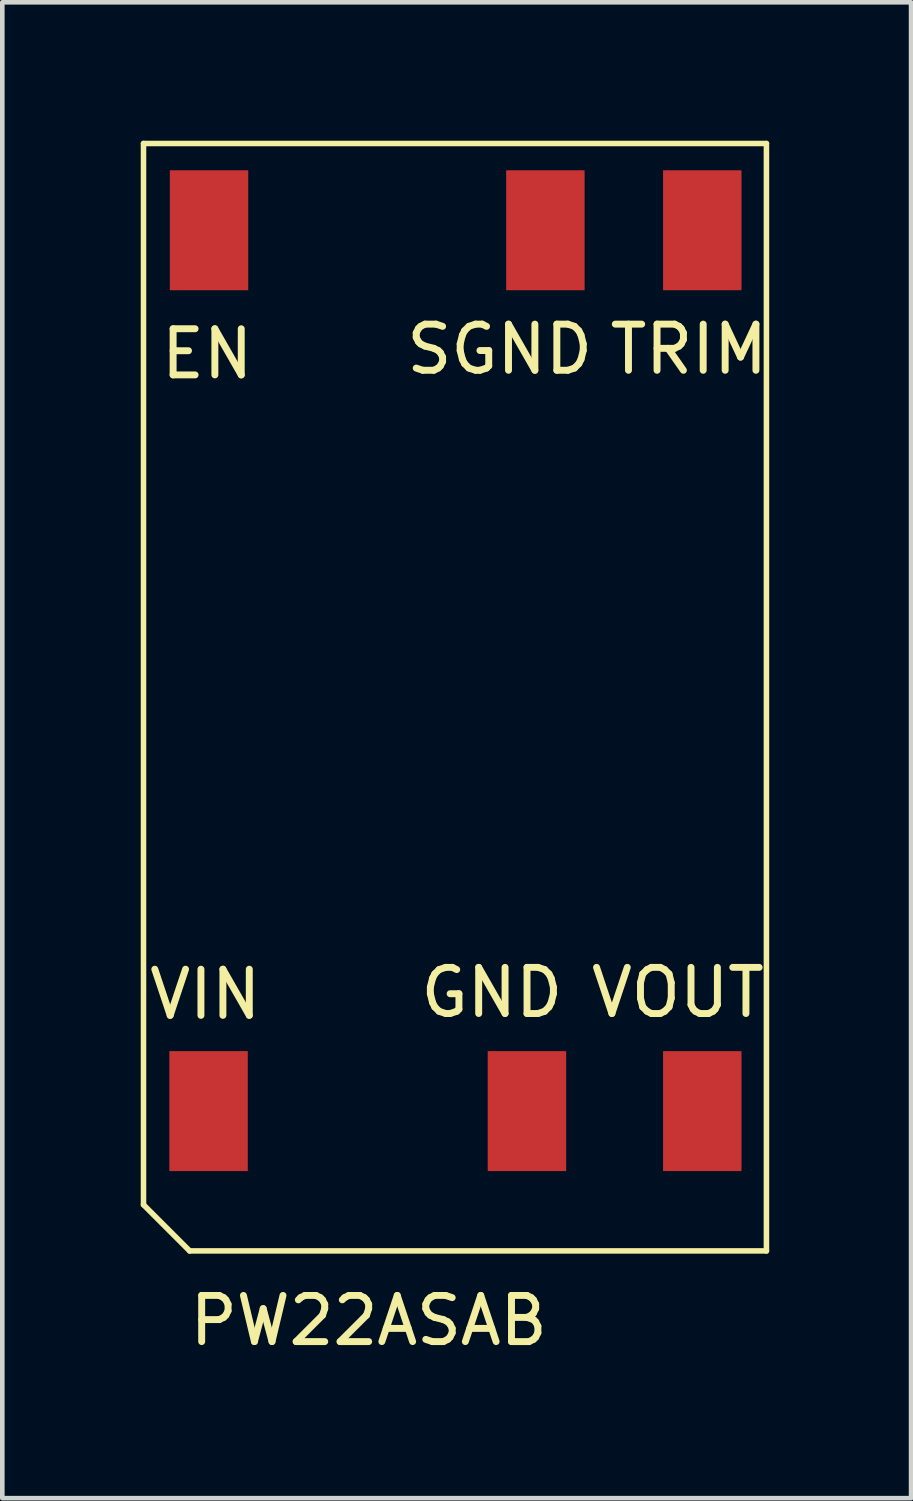
<source format=kicad_pcb>
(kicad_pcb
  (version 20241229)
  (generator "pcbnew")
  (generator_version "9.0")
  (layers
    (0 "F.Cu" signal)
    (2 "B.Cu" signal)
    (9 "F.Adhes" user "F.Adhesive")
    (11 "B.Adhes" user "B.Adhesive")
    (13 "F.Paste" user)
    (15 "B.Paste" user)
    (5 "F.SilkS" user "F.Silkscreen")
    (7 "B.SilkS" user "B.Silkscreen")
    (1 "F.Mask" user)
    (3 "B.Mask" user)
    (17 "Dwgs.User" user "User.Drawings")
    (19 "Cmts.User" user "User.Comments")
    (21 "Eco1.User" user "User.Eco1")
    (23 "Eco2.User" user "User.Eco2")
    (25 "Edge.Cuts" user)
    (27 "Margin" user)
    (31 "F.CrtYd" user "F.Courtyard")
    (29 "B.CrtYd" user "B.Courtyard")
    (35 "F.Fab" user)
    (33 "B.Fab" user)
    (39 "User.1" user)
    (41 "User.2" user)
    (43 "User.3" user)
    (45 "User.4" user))
  (footprint "PW22ASAB"
    (layer "F.Cu")
    (at 6.81 12.06)
    (property "Reference" "PW22ASAB" (at -1.87 13.51 0) (layer "F.SilkS") (effects (font (size 1 1) (thickness 0.15))))
    (attr through_hole)
    (fp_line (start -6.75 -12) (end 6.75 -12) (stroke (width 0.12) (type solid)) (layer "F.SilkS"))
    (fp_line (start -6.75 11) (end -6.75 -12) (stroke (width 0.12) (type solid)) (layer "F.SilkS"))
    (fp_line (start -6.75 11) (end -5.75 12) (stroke (width 0.12) (type solid)) (layer "F.SilkS"))
    (fp_line (start 6.75 -12) (end 6.75 12) (stroke (width 0.12) (type solid)) (layer "F.SilkS"))
    (fp_line (start 6.75 12) (end -5.75 12) (stroke (width 0.12) (type solid)) (layer "F.SilkS"))
    (fp_text user "TRIM" (at 5.07 -7.54 0) (layer "F.SilkS") (effects (font (size 1 1) (thickness 0.15))))
    (fp_text user "VIN" (at -5.41 6.44 0) (layer "F.SilkS") (effects (font (size 1 1) (thickness 0.15))))
    (fp_text user "EN" (at -5.37 -7.44 0) (layer "F.SilkS") (effects (font (size 1 1) (thickness 0.15))))
    (fp_text user "GND" (at 0.8 6.4 0) (layer "F.SilkS") (effects (font (size 1 1) (thickness 0.15))))
    (fp_text user "SGND" (at 0.97 -7.54 0) (layer "F.SilkS") (effects (font (size 1 1) (thickness 0.15))))
    (fp_text user "VOUT" (at 4.83 6.4 0) (layer "F.SilkS") (effects (font (size 1 1) (thickness 0.15))))
    (pad "1" smd rect (at -5.34 8.97) (size 1.7 2.6) (layers "F.Cu" "F.Mask" "F.Paste"))
    (pad "2" smd rect (at 1.56 8.97) (size 1.7 2.6) (layers "F.Cu" "F.Mask" "F.Paste"))
    (pad "3" smd rect (at 5.36 8.97) (size 1.7 2.6) (layers "F.Cu" "F.Mask" "F.Paste"))
    (pad "4" smd rect (at 5.36 -10.12) (size 1.7 2.6) (layers "F.Cu" "F.Mask" "F.Paste"))
    (pad "5" smd rect (at 1.96 -10.12) (size 1.7 2.6) (layers "F.Cu" "F.Mask" "F.Paste"))
    (pad "6" smd rect (at -5.33 -10.12) (size 1.7 2.6) (layers "F.Cu" "F.Mask" "F.Paste")))
  (gr_rect
    (start -3 -3)
    (end 16.695 29.418)
    (stroke (width 0.1) (type default))
    (fill no)
    (layer "Edge.Cuts")))
</source>
